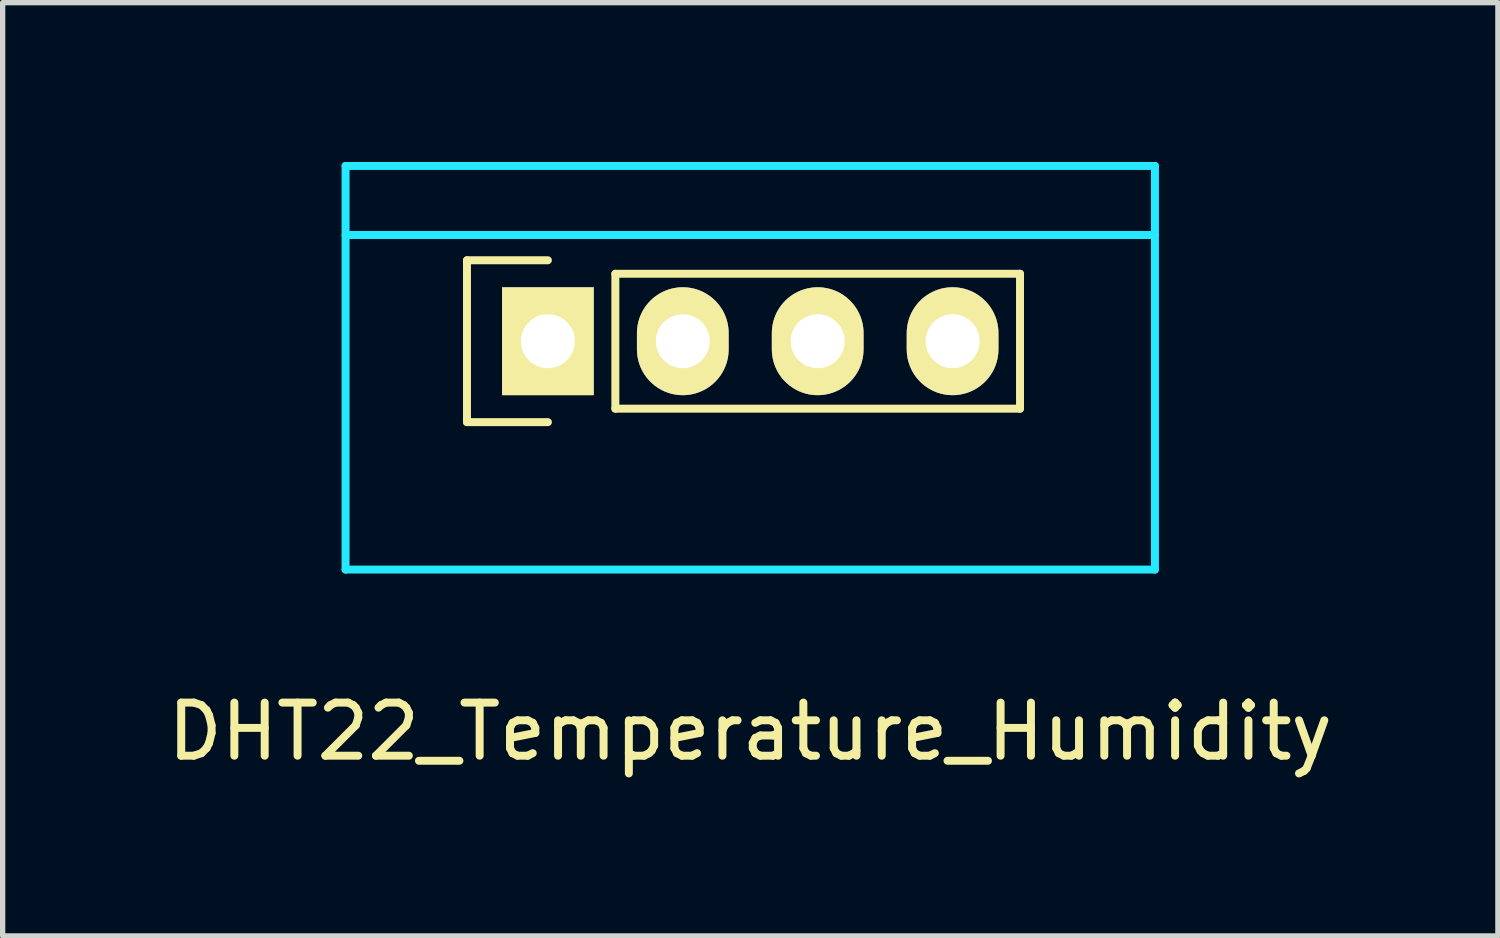
<source format=kicad_pcb>
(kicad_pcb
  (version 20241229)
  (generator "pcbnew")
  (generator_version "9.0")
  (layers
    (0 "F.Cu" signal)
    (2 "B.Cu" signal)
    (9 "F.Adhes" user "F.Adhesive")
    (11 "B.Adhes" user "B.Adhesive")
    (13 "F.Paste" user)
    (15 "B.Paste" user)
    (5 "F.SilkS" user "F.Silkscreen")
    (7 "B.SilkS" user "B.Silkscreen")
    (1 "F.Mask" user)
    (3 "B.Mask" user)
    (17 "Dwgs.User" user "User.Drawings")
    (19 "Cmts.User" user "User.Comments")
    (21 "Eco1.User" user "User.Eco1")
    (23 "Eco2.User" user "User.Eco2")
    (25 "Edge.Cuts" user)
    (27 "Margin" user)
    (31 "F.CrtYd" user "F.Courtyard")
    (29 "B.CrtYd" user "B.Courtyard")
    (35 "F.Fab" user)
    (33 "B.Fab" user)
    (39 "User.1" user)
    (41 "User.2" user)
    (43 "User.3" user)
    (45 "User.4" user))
  (footprint "DHT22_Temperature_Humidity"
    (layer "F.Cu")
    (at 11.077 3.375)
    (property "Reference" "DHT22_Temperature_Humidity" (at 0 7.35 0) (layer "F.SilkS") (effects (font (size 1 1) (thickness 0.15))))
    (attr through_hole)
    (fp_line (start -5.334 -1.524) (end -5.334 1.524) (stroke (width 0.15) (type solid)) (layer "F.SilkS"))
    (fp_line (start -5.334 1.524) (end -3.81 1.524) (stroke (width 0.15) (type solid)) (layer "F.SilkS"))
    (fp_line (start -3.81 -1.524) (end -5.334 -1.524) (stroke (width 0.15) (type solid)) (layer "F.SilkS"))
    (fp_line (start -2.54 -1.27) (end 5.08 -1.27) (stroke (width 0.15) (type solid)) (layer "F.SilkS"))
    (fp_line (start -2.54 1.27) (end -2.54 -1.27) (stroke (width 0.15) (type solid)) (layer "F.SilkS"))
    (fp_line (start 5.08 -1.27) (end 5.08 1.27) (stroke (width 0.15) (type solid)) (layer "F.SilkS"))
    (fp_line (start 5.08 1.27) (end -2.54 1.27) (stroke (width 0.15) (type solid)) (layer "F.SilkS"))
    (fp_line (start -7.62 -3.3) (end -7.62 4.3) (stroke (width 0.15) (type solid)) (layer "B.CrtYd"))
    (fp_line (start -7.62 -3.3) (end 7.62 -3.3) (stroke (width 0.15) (type solid)) (layer "B.CrtYd"))
    (fp_line (start -7.62 -2) (end 7.62 -2) (stroke (width 0.15) (type solid)) (layer "B.CrtYd"))
    (fp_line (start -7.62 4.3) (end 7.62 4.3) (stroke (width 0.15) (type solid)) (layer "B.CrtYd"))
    (fp_line (start 7.62 -3.3) (end 7.62 4.3) (stroke (width 0.15) (type solid)) (layer "B.CrtYd"))
    (pad "1" thru_hole rect (at -3.81 0 90) (size 2.032 1.727) (drill 1.016) (layers "*.Cu" "*.Mask" "F.SilkS"))
    (pad "2" thru_hole oval (at -1.27 0 90) (size 2.032 1.727) (drill 1.016) (layers "*.Cu" "*.Mask" "F.SilkS"))
    (pad "3" thru_hole oval (at 1.27 0 90) (size 2.032 1.727) (drill 1.016) (layers "*.Cu" "*.Mask" "F.SilkS"))
    (pad "4" thru_hole oval (at 3.81 0 90) (size 2.032 1.727) (drill 1.016) (layers "*.Cu" "*.Mask" "F.SilkS")))
  (gr_rect
    (start -3 -3)
    (end 25.155 14.573)
    (stroke (width 0.1) (type default))
    (fill no)
    (layer "Edge.Cuts")))
</source>
